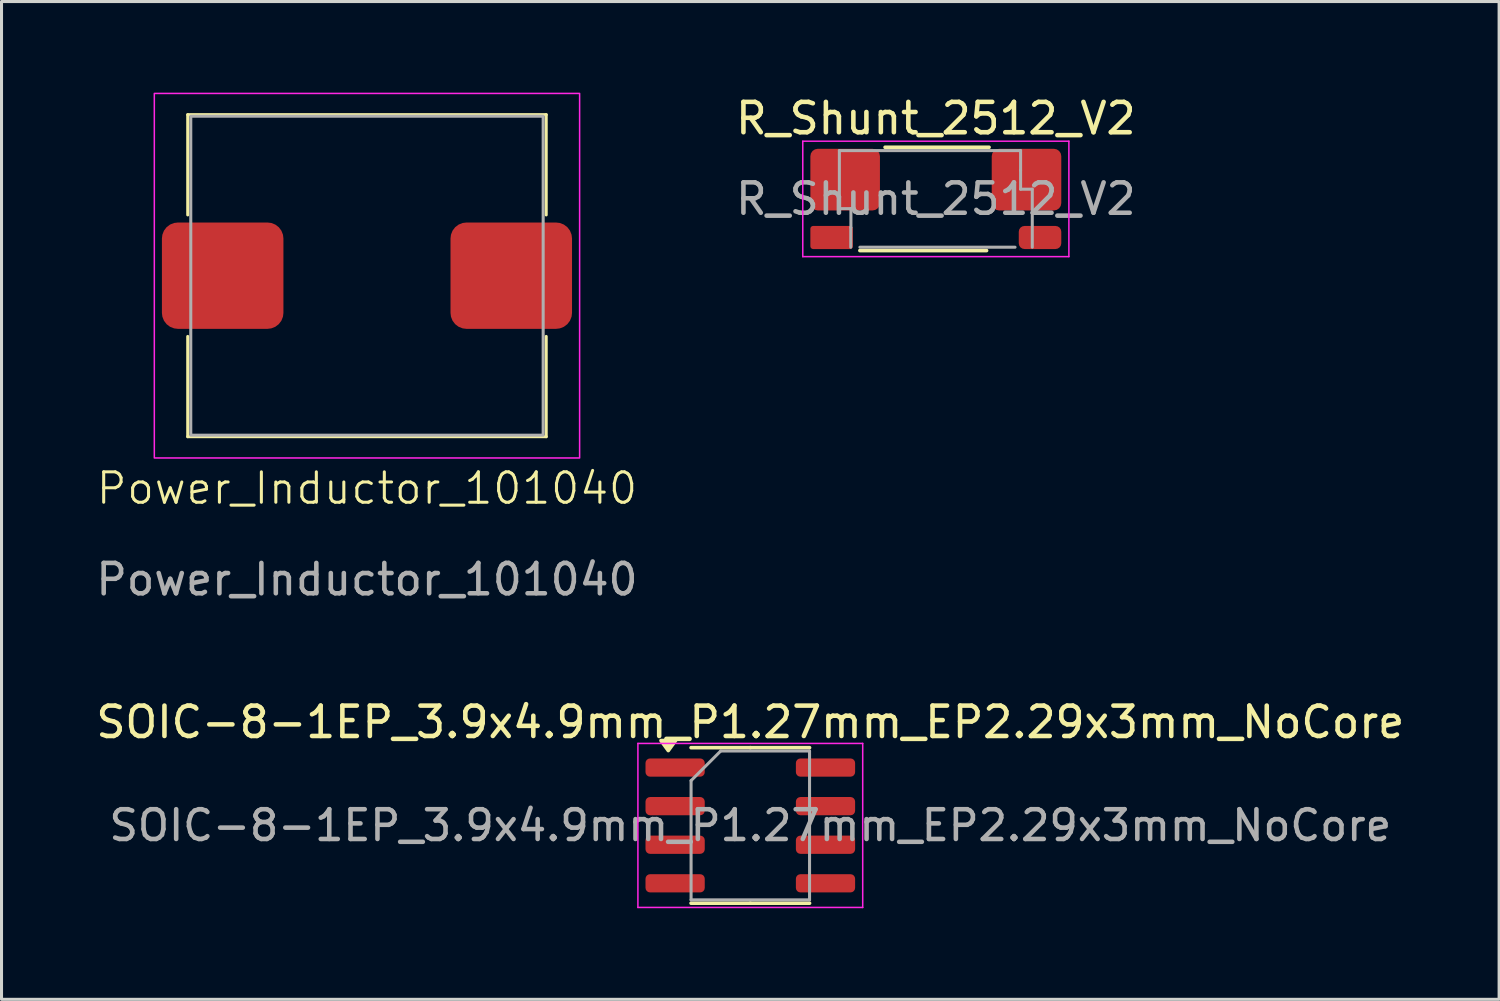
<source format=kicad_pcb>
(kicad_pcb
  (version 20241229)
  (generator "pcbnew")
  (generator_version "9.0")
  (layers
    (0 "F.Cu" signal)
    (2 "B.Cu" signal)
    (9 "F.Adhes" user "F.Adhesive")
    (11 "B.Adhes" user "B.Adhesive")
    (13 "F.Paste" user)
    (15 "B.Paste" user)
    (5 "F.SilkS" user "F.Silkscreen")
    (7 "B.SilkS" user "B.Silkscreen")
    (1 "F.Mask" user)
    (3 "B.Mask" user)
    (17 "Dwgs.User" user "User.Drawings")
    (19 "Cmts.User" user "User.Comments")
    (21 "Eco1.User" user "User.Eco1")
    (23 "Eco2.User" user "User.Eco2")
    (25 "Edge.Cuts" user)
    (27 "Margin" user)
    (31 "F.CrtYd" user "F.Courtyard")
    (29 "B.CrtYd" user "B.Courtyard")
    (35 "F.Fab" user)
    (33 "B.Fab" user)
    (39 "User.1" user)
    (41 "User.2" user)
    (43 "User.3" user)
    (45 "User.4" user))
  (footprint "Power_Inductor_101040"
    (layer "F.Cu")
    (at 9.03 6.025)
    (property "Reference" "Power_Inductor_101040" (at 0 7 0) (unlocked yes) (layer "F.SilkS") (effects (font (size 1 1) (thickness 0.1))))
    (attr smd)
    (fp_line (start -5.9 -2) (end -5.9 -5.3) (stroke (width 0.1) (type default)) (layer "F.SilkS"))
    (fp_line (start -5.9 2) (end -5.9 5.3) (stroke (width 0.1) (type default)) (layer "F.SilkS"))
    (fp_line (start -5.9 5.3) (end 5.9 5.3) (stroke (width 0.1) (type default)) (layer "F.SilkS"))
    (fp_line (start 5.9 -5.3) (end -5.9 -5.3) (stroke (width 0.1) (type default)) (layer "F.SilkS"))
    (fp_line (start 5.9 -2) (end 5.9 -5.3) (stroke (width 0.1) (type default)) (layer "F.SilkS"))
    (fp_line (start 5.9 2) (end 5.9 5.3) (stroke (width 0.1) (type default)) (layer "F.SilkS"))
    (fp_rect (start -7 -6) (end 7 6) (stroke (width 0.05) (type solid)) (fill no) (layer "F.CrtYd"))
    (fp_rect (start -5.8 -5.25) (end 5.8 5.25) (stroke (width 0.1) (type solid)) (fill no) (layer "F.Fab"))
    (fp_text user "${REFERENCE}" (at 0 10 0) (unlocked yes) (layer "F.Fab") (effects (font (size 1 1) (thickness 0.15))))
    (pad "1" smd roundrect (at -4.75 0 90) (size 3.5 4) (layers "F.Cu" "F.Mask" "F.Paste") (roundrect_rratio 0.15))
    (pad "2" smd roundrect (at 4.75 0 90) (size 3.5 4) (layers "F.Cu" "F.Mask" "F.Paste") (roundrect_rratio 0.15)))
  (footprint "SOIC-8-1EP_3.9x4.9mm_P1.27mm_EP2.29x3mm_NoCore"
    (layer "F.Cu")
    (at 21.649 24.122)
    (property "Reference" "SOIC-8-1EP_3.9x4.9mm_P1.27mm_EP2.29x3mm_NoCore" (at 0 -3.4 0) (layer "F.SilkS") (effects (font (size 1 1) (thickness 0.15))))
    (attr smd)
    (fp_line (start 0 -2.56) (end -1.95 -2.56) (stroke (width 0.12) (type solid)) (layer "F.SilkS"))
    (fp_line (start 0 -2.56) (end 1.95 -2.56) (stroke (width 0.12) (type solid)) (layer "F.SilkS"))
    (fp_line (start 0 2.56) (end -1.95 2.56) (stroke (width 0.12) (type solid)) (layer "F.SilkS"))
    (fp_line (start 0 2.56) (end 1.95 2.56) (stroke (width 0.12) (type solid)) (layer "F.SilkS"))
    (fp_poly (pts (xy -2.7 -2.465) (xy -2.94 -2.795) (xy -2.46 -2.795) (xy -2.7 -2.465)) (stroke (width 0.12) (type solid)) (fill yes) (layer "F.SilkS"))
    (fp_line (start -3.7 -2.7) (end -3.7 2.7) (stroke (width 0.05) (type solid)) (layer "F.CrtYd"))
    (fp_line (start -3.7 2.7) (end 3.7 2.7) (stroke (width 0.05) (type solid)) (layer "F.CrtYd"))
    (fp_line (start 3.7 -2.7) (end -3.7 -2.7) (stroke (width 0.05) (type solid)) (layer "F.CrtYd"))
    (fp_line (start 3.7 2.7) (end 3.7 -2.7) (stroke (width 0.05) (type solid)) (layer "F.CrtYd"))
    (fp_line (start -1.95 -1.475) (end -0.975 -2.45) (stroke (width 0.1) (type solid)) (layer "F.Fab"))
    (fp_line (start -1.95 2.45) (end -1.95 -1.475) (stroke (width 0.1) (type solid)) (layer "F.Fab"))
    (fp_line (start -0.975 -2.45) (end 1.95 -2.45) (stroke (width 0.1) (type solid)) (layer "F.Fab"))
    (fp_line (start 1.95 -2.45) (end 1.95 2.45) (stroke (width 0.1) (type solid)) (layer "F.Fab"))
    (fp_line (start 1.95 2.45) (end -1.95 2.45) (stroke (width 0.1) (type solid)) (layer "F.Fab"))
    (fp_text user "${REFERENCE}" (at 0 0 0) (layer "F.Fab") (effects (font (size 0.98 0.98) (thickness 0.15))))
    (pad "1" smd roundrect (at -2.475 -1.905) (size 1.95 0.6) (layers "F.Cu" "F.Mask" "F.Paste") (roundrect_rratio 0.25))
    (pad "2" smd roundrect (at -2.475 -0.635) (size 1.95 0.6) (layers "F.Cu" "F.Mask" "F.Paste") (roundrect_rratio 0.25))
    (pad "3" smd roundrect (at -2.475 0.635) (size 1.95 0.6) (layers "F.Cu" "F.Mask" "F.Paste") (roundrect_rratio 0.25))
    (pad "4" smd roundrect (at -2.475 1.905) (size 1.95 0.6) (layers "F.Cu" "F.Mask" "F.Paste") (roundrect_rratio 0.25))
    (pad "5" smd roundrect (at 2.475 1.905) (size 1.95 0.6) (layers "F.Cu" "F.Mask" "F.Paste") (roundrect_rratio 0.25))
    (pad "6" smd roundrect (at 2.475 0.635) (size 1.95 0.6) (layers "F.Cu" "F.Mask" "F.Paste") (roundrect_rratio 0.25))
    (pad "7" smd roundrect (at 2.475 -0.635) (size 1.95 0.6) (layers "F.Cu" "F.Mask" "F.Paste") (roundrect_rratio 0.25))
    (pad "8" smd roundrect (at 2.475 -1.905) (size 1.95 0.6) (layers "F.Cu" "F.Mask" "F.Paste") (roundrect_rratio 0.25)))
  (footprint "R_Shunt_2512_V2"
    (layer "F.Cu")
    (at 27.756 3.498)
    (property "Reference" "R_Shunt_2512_V2" (at 0 -2.65 0) (layer "F.SilkS") (effects (font (size 1 1) (thickness 0.15))))
    (attr smd)
    (fp_line (start -2.5 1.7) (end 1.67 1.7) (stroke (width 0.12) (type solid)) (layer "F.SilkS"))
    (fp_line (start -1.67 -1.7) (end 1.752 -1.7) (stroke (width 0.12) (type solid)) (layer "F.SilkS"))
    (fp_line (start -4.38 -1.9) (end 4.38 -1.9) (stroke (width 0.05) (type solid)) (layer "F.CrtYd"))
    (fp_line (start -4.38 1.9) (end -4.38 -1.9) (stroke (width 0.05) (type solid)) (layer "F.CrtYd"))
    (fp_line (start 4.38 -1.9) (end 4.38 1.9) (stroke (width 0.05) (type solid)) (layer "F.CrtYd"))
    (fp_line (start 4.38 1.9) (end -4.38 1.9) (stroke (width 0.05) (type solid)) (layer "F.CrtYd"))
    (fp_line (start -3.175 -1.59) (end 2.79 -1.59) (stroke (width 0.1) (type solid)) (layer "F.Fab"))
    (fp_line (start -3.175 0.32) (end -3.175 -1.59) (stroke (width 0.1) (type solid)) (layer "F.Fab"))
    (fp_line (start -3.175 0.32) (end -2.795 0.32) (stroke (width 0.1) (type solid)) (layer "F.Fab"))
    (fp_line (start -2.8 0.94) (end -2.8 1.59) (stroke (width 0.1) (type solid)) (layer "F.Fab"))
    (fp_line (start -2.795 0.94) (end -2.795 0.32) (stroke (width 0.1) (type solid)) (layer "F.Fab"))
    (fp_line (start 2.608 1.59) (end -2.5 1.59) (stroke (width 0.1) (type solid)) (layer "F.Fab"))
    (fp_line (start 2.79 -0.94) (end 2.79 -1.59) (stroke (width 0.1) (type solid)) (layer "F.Fab"))
    (fp_line (start 2.79 -0.32) (end 2.79 -0.94) (stroke (width 0.1) (type solid)) (layer "F.Fab"))
    (fp_line (start 2.79 -0.32) (end 3.17 -0.32) (stroke (width 0.1) (type solid)) (layer "F.Fab"))
    (fp_line (start 3.175 -0.32) (end 3.175 1.59) (stroke (width 0.1) (type solid)) (layer "F.Fab"))
    (fp_text user "${REFERENCE}" (at 0 0 0) (layer "F.Fab") (effects (font (size 1 1) (thickness 0.15))))
    (pad "1" smd roundrect (at -2.985 -0.635) (size 2.29 2.03) (layers "F.Cu" "F.Mask" "F.Paste") (roundrect_rratio 0.12))
    (pad "2" smd roundrect (at -3.43 1.27) (size 1.4 0.76) (layers "F.Cu" "F.Mask" "F.Paste") (roundrect_rratio 0.12))
    (pad "3" smd roundrect (at 3.43 1.27) (size 1.4 0.76) (layers "F.Cu" "F.Mask" "F.Paste") (roundrect_rratio 0.25))
    (pad "4" smd roundrect (at 2.985 -0.635) (size 2.29 2.03) (layers "F.Cu" "F.Mask" "F.Paste") (roundrect_rratio 0.12)))
  (gr_rect
    (start -3 -3)
    (end 46.298 29.846)
    (stroke (width 0.1) (type default))
    (fill no)
    (layer "Edge.Cuts")))
</source>
